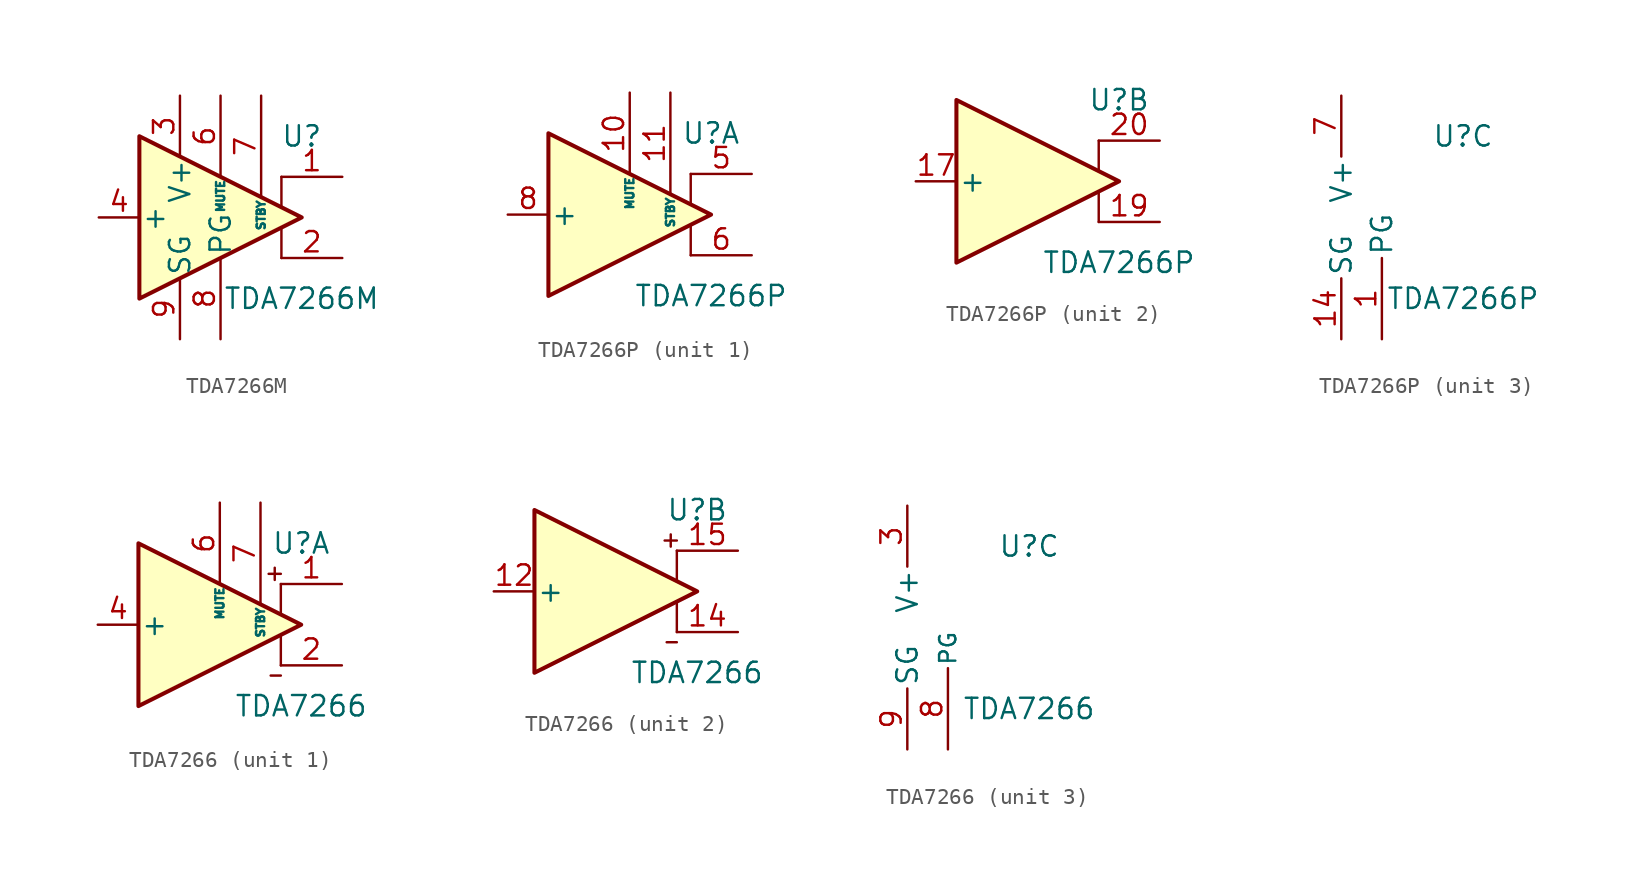
<source format=kicad_sym>
(kicad_symbol_lib
  (version 20201005)
  (generator kicad_symbol_editor)
  (symbol "Amplifier_Audio:TDA7266M"
    (pin_names
      (offset 0.127))
    (property "Reference" "U"
      (at 5.08 5.08 0)
      (effects (font (size 1.27 1.27))))
    (property "Value" "TDA7266M"
      (at 5.08 -5.08 0)
      (effects (font (size 1.27 1.27))))
    (symbol "TDA7266M_0_1"
      (polyline (pts (xy 3.81 -0.635) (xy 3.81 -2.54)) (stroke (width 0)) (fill (type none)))
      (polyline (pts (xy 3.81 2.54) (xy 3.81 0.635)) (stroke (width 0)) (fill (type none)))
      (polyline (pts (xy 5.08 0) (xy -5.08 5.08) (xy -5.08 -5.08) (xy 5.08 0)) (stroke (width 0.254)) (fill (type background))))
    (symbol "TDA7266M_1_1"
      (pin output line (at 7.62 2.54 180) (length 3.81) (name "~" (effects (font (size 1.27 1.27)))) (number "1" (effects (font (size 1.27 1.27)))))
      (pin no_connect line (at 0 2.54 270) (length 2.54) hide (name "NC" (effects (font (size 1.27 1.27)))) (number "10" (effects (font (size 1.27 1.27)))))
      (pin no_connect line (at 2.54 2.54 270) (length 2.54) hide (name "NC" (effects (font (size 1.27 1.27)))) (number "11" (effects (font (size 1.27 1.27)))))
      (pin no_connect line (at -2.54 -2.54 90) (length 2.54) hide (name "NC" (effects (font (size 1.27 1.27)))) (number "12" (effects (font (size 1.27 1.27)))))
      (pin passive line (at -2.54 7.62 270) (length 3.81) hide (name "V+" (effects (font (size 1.27 1.27)))) (number "13" (effects (font (size 1.27 1.27)))))
      (pin no_connect line (at 0 -2.54 90) (length 2.54) hide (name "NC" (effects (font (size 1.27 1.27)))) (number "14" (effects (font (size 1.27 1.27)))))
      (pin no_connect line (at 2.54 -2.54 90) (length 2.54) hide (name "NC" (effects (font (size 1.27 1.27)))) (number "15" (effects (font (size 1.27 1.27)))))
      (pin output line (at 7.62 -2.54 180) (length 3.81) (name "~" (effects (font (size 1.27 1.27)))) (number "2" (effects (font (size 1.27 1.27)))))
      (pin power_in line (at -2.54 7.62 270) (length 3.81) (name "V+" (effects (font (size 1.27 1.27)))) (number "3" (effects (font (size 1.27 1.27)))))
      (pin input line (at -7.62 0 0) (length 2.54) (name "+" (effects (font (size 1.27 1.27)))) (number "4" (effects (font (size 1.27 1.27)))))
      (pin no_connect line (at -2.54 2.54 270) (length 2.54) hide (name "NC" (effects (font (size 1.27 1.27)))) (number "5" (effects (font (size 1.27 1.27)))))
      (pin input line (at 0 7.62 270) (length 5.08) (name "MUTE" (effects (font (size 0.508 0.508)))) (number "6" (effects (font (size 1.27 1.27)))))
      (pin input line (at 2.54 7.62 270) (length 6.35) (name "STBY" (effects (font (size 0.508 0.508)))) (number "7" (effects (font (size 1.27 1.27)))))
      (pin power_in line (at 0 -7.62 90) (length 5.08) (name "PG" (effects (font (size 1.27 1.27)))) (number "8" (effects (font (size 1.27 1.27)))))
      (pin power_in line (at -2.54 -7.62 90) (length 3.81) (name "SG" (effects (font (size 1.27 1.27)))) (number "9" (effects (font (size 1.27 1.27)))))))
  (symbol "Amplifier_Audio:TDA7266P"
    (pin_names
      (offset 0.127))
    (property "Reference" "U"
      (at 5.08 5.08 0)
      (effects (font (size 1.27 1.27))))
    (property "Value" "TDA7266P"
      (at 5.08 -5.08 0)
      (effects (font (size 1.27 1.27))))
    (property "ki_locked" ""
      (at 0 0 0)
      (effects (font (size 1.27 1.27))))
    (symbol "TDA7266P_1_1"
      (polyline (pts (xy 3.81 -0.635) (xy 3.81 -2.54)) (stroke (width 0)) (fill (type none)))
      (polyline (pts (xy 3.81 2.54) (xy 3.81 0.635)) (stroke (width 0)) (fill (type none)))
      (polyline (pts (xy 5.08 0) (xy -5.08 5.08) (xy -5.08 -5.08) (xy 5.08 0)) (stroke (width 0.254)) (fill (type background)))
      (pin input line (at 0 7.62 270) (length 5.08) (name "MUTE" (effects (font (size 0.508 0.508)))) (number "10" (effects (font (size 1.27 1.27)))))
      (pin input line (at 2.54 7.62 270) (length 6.35) (name "STBY" (effects (font (size 0.508 0.508)))) (number "11" (effects (font (size 1.27 1.27)))))
      (pin no_connect line (at -2.54 0 270) (length 2.54) hide (name "NC" (effects (font (size 1.27 1.27)))) (number "12" (effects (font (size 1.27 1.27)))))
      (pin no_connect line (at 0 0 270) (length 2.54) hide (name "NC" (effects (font (size 1.27 1.27)))) (number "13" (effects (font (size 1.27 1.27)))))
      (pin no_connect line (at 2.54 0 270) (length 2.54) hide (name "NC" (effects (font (size 1.27 1.27)))) (number "15" (effects (font (size 1.27 1.27)))))
      (pin no_connect line (at -5.08 -2.54 90) (length 2.54) hide (name "NC" (effects (font (size 1.27 1.27)))) (number "16" (effects (font (size 1.27 1.27)))))
      (pin no_connect line (at -5.08 2.54 270) (length 2.54) hide (name "NC" (effects (font (size 1.27 1.27)))) (number "2" (effects (font (size 1.27 1.27)))))
      (pin no_connect line (at -2.54 -2.54 90) (length 2.54) hide (name "NC" (effects (font (size 1.27 1.27)))) (number "21" (effects (font (size 1.27 1.27)))))
      (pin no_connect line (at 0 -2.54 90) (length 2.54) hide (name "NC" (effects (font (size 1.27 1.27)))) (number "22" (effects (font (size 1.27 1.27)))))
      (pin no_connect line (at 2.54 -2.54 90) (length 2.54) hide (name "NC" (effects (font (size 1.27 1.27)))) (number "23" (effects (font (size 1.27 1.27)))))
      (pin no_connect line (at -2.54 2.54 270) (length 2.54) hide (name "NC" (effects (font (size 1.27 1.27)))) (number "3" (effects (font (size 1.27 1.27)))))
      (pin no_connect line (at 0 2.54 270) (length 2.54) hide (name "NC" (effects (font (size 1.27 1.27)))) (number "4" (effects (font (size 1.27 1.27)))))
      (pin output line (at 7.62 2.54 180) (length 3.81) (name "~" (effects (font (size 1.27 1.27)))) (number "5" (effects (font (size 1.27 1.27)))))
      (pin output line (at 7.62 -2.54 180) (length 3.81) (name "~" (effects (font (size 1.27 1.27)))) (number "6" (effects (font (size 1.27 1.27)))))
      (pin input line (at -7.62 0 0) (length 2.54) (name "+" (effects (font (size 1.27 1.27)))) (number "8" (effects (font (size 1.27 1.27)))))
      (pin no_connect line (at 2.54 2.54 270) (length 2.54) hide (name "NC" (effects (font (size 1.27 1.27)))) (number "9" (effects (font (size 1.27 1.27))))))
    (symbol "TDA7266P_2_1"
      (polyline (pts (xy 3.81 -0.635) (xy 3.81 -2.54)) (stroke (width 0)) (fill (type none)))
      (polyline (pts (xy 3.81 2.54) (xy 3.81 0.635)) (stroke (width 0)) (fill (type none)))
      (polyline (pts (xy 5.08 0) (xy -5.08 5.08) (xy -5.08 -5.08) (xy 5.08 0)) (stroke (width 0.254)) (fill (type background)))
      (pin input line (at -7.62 0 0) (length 2.54) (name "+" (effects (font (size 1.27 1.27)))) (number "17" (effects (font (size 1.27 1.27)))))
      (pin output line (at 7.62 -2.54 180) (length 3.81) (name "~" (effects (font (size 1.27 1.27)))) (number "19" (effects (font (size 1.27 1.27)))))
      (pin output line (at 7.62 2.54 180) (length 3.81) (name "~" (effects (font (size 1.27 1.27)))) (number "20" (effects (font (size 1.27 1.27))))))
    (symbol "TDA7266P_3_1"
      (pin power_in line (at 0 -7.62 90) (length 5.08) (name "PG" (effects (font (size 1.27 1.27)))) (number "1" (effects (font (size 1.27 1.27)))))
      (pin power_in line (at -2.54 -7.62 90) (length 3.81) (name "SG" (effects (font (size 1.27 1.27)))) (number "14" (effects (font (size 1.27 1.27)))))
      (pin passive line (at -2.54 7.62 270) (length 3.81) hide (name "V+" (effects (font (size 1.27 1.27)))) (number "18" (effects (font (size 1.27 1.27)))))
      (pin passive line (at 0 -7.62 90) (length 5.08) hide (name "PG" (effects (font (size 1.27 1.27)))) (number "24" (effects (font (size 1.27 1.27)))))
      (pin power_in line (at -2.54 7.62 270) (length 3.81) (name "V+" (effects (font (size 1.27 1.27)))) (number "7" (effects (font (size 1.27 1.27)))))))
  (symbol "Amplifier_Audio:TDA7266"
    (pin_names
      (offset 0.127))
    (property "Reference" "U"
      (at 5.08 5.08 0)
      (effects (font (size 1.27 1.27))))
    (property "Value" "TDA7266"
      (at 5.08 -5.08 0)
      (effects (font (size 1.27 1.27))))
    (property "ki_locked" ""
      (at 0 0 0)
      (effects (font (size 1.27 1.27))))
    (symbol "TDA7266_1_1"
      (polyline (pts (xy 3.048 3.175) (xy 3.81 3.175)) (stroke (width 0)) (fill (type none)))
      (polyline (pts (xy 3.175 -3.175) (xy 3.81 -3.175)) (stroke (width 0)) (fill (type none)))
      (polyline (pts (xy 3.429 2.794) (xy 3.429 3.556)) (stroke (width 0)) (fill (type none)))
      (polyline (pts (xy 3.81 -0.635) (xy 3.81 -2.54)) (stroke (width 0)) (fill (type none)))
      (polyline (pts (xy 3.81 2.54) (xy 3.81 0.635)) (stroke (width 0)) (fill (type none)))
      (polyline (pts (xy 5.08 0) (xy -5.08 5.08) (xy -5.08 -5.08) (xy 5.08 0)) (stroke (width 0.254)) (fill (type background)))
      (pin output line (at 7.62 2.54 180) (length 3.81) (name "~" (effects (font (size 1.27 1.27)))) (number "1" (effects (font (size 1.27 1.27)))))
      (pin no_connect line (at 0 2.54 270) (length 2.54) hide (name "NC" (effects (font (size 1.27 1.27)))) (number "10" (effects (font (size 1.27 1.27)))))
      (pin no_connect line (at 2.54 2.54 270) (length 2.54) hide (name "NC" (effects (font (size 1.27 1.27)))) (number "11" (effects (font (size 1.27 1.27)))))
      (pin output line (at 7.62 -2.54 180) (length 3.81) (name "~" (effects (font (size 1.27 1.27)))) (number "2" (effects (font (size 1.27 1.27)))))
      (pin input line (at -7.62 0 0) (length 2.54) (name "+" (effects (font (size 1.27 1.27)))) (number "4" (effects (font (size 1.27 1.27)))))
      (pin no_connect line (at -2.54 2.54 270) (length 2.54) hide (name "NC" (effects (font (size 1.27 1.27)))) (number "5" (effects (font (size 1.27 1.27)))))
      (pin input line (at 0 7.62 270) (length 5.08) (name "MUTE" (effects (font (size 0.508 0.508)))) (number "6" (effects (font (size 1.27 1.27)))))
      (pin input line (at 2.54 7.62 270) (length 6.35) (name "STBY" (effects (font (size 0.508 0.508)))) (number "7" (effects (font (size 1.27 1.27))))))
    (symbol "TDA7266_2_1"
      (polyline (pts (xy 3.048 3.175) (xy 3.81 3.175)) (stroke (width 0)) (fill (type none)))
      (polyline (pts (xy 3.175 -3.175) (xy 3.81 -3.175)) (stroke (width 0)) (fill (type none)))
      (polyline (pts (xy 3.429 2.794) (xy 3.429 3.556)) (stroke (width 0)) (fill (type none)))
      (polyline (pts (xy 3.81 -0.635) (xy 3.81 -2.54)) (stroke (width 0)) (fill (type none)))
      (polyline (pts (xy 3.81 2.54) (xy 3.81 0.635)) (stroke (width 0)) (fill (type none)))
      (polyline (pts (xy 5.08 0) (xy -5.08 5.08) (xy -5.08 -5.08) (xy 5.08 0)) (stroke (width 0.254)) (fill (type background)))
      (pin input line (at -7.62 0 0) (length 2.54) (name "+" (effects (font (size 1.27 1.27)))) (number "12" (effects (font (size 1.27 1.27)))))
      (pin output line (at 7.62 -2.54 180) (length 3.81) (name "~" (effects (font (size 1.27 1.27)))) (number "14" (effects (font (size 1.27 1.27)))))
      (pin output line (at 7.62 2.54 180) (length 3.81) (name "~" (effects (font (size 1.27 1.27)))) (number "15" (effects (font (size 1.27 1.27))))))
    (symbol "TDA7266_3_1"
      (pin passive line (at -2.54 7.62 270) (length 3.81) hide (name "V+" (effects (font (size 1.27 1.27)))) (number "13" (effects (font (size 1.27 1.27)))))
      (pin power_in line (at -2.54 7.62 270) (length 3.81) (name "V+" (effects (font (size 1.27 1.27)))) (number "3" (effects (font (size 1.27 1.27)))))
      (pin power_in line (at 0 -7.62 90) (length 5.08) (name "PG" (effects (font (size 1.016 1.016)))) (number "8" (effects (font (size 1.27 1.27)))))
      (pin power_in line (at -2.54 -7.62 90) (length 3.81) (name "SG" (effects (font (size 1.27 1.27)))) (number "9" (effects (font (size 1.27 1.27))))))))
</source>
